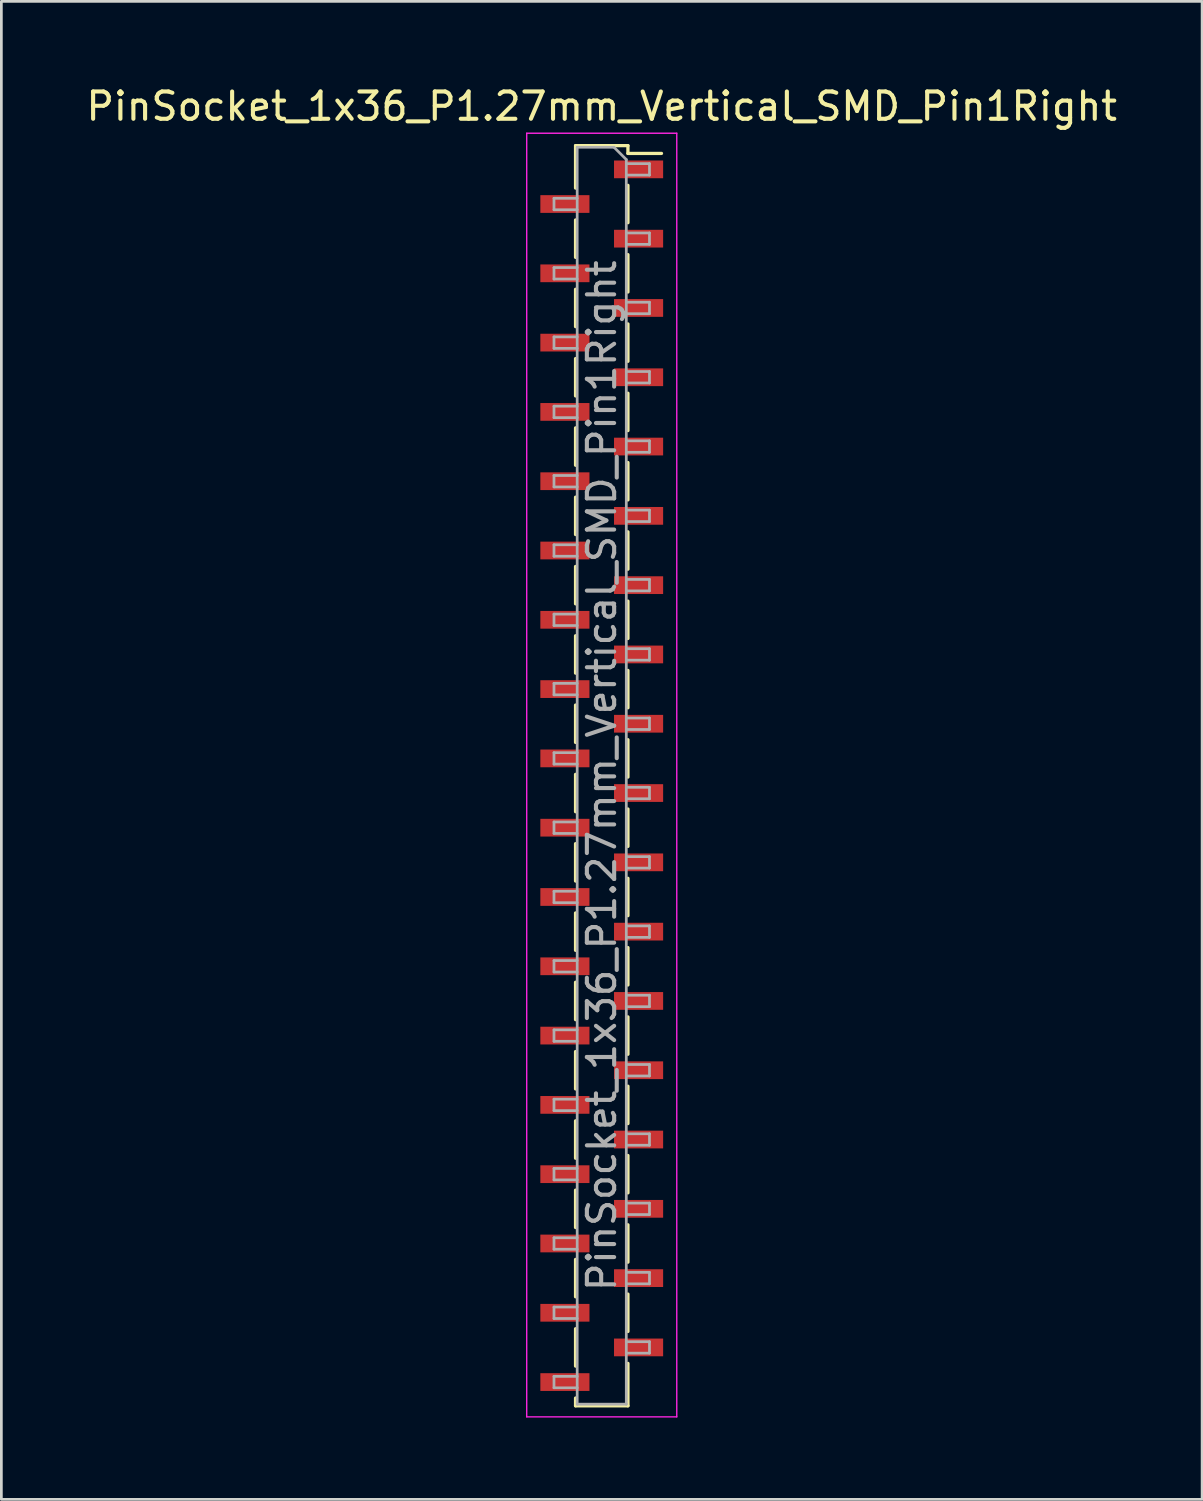
<source format=kicad_pcb>
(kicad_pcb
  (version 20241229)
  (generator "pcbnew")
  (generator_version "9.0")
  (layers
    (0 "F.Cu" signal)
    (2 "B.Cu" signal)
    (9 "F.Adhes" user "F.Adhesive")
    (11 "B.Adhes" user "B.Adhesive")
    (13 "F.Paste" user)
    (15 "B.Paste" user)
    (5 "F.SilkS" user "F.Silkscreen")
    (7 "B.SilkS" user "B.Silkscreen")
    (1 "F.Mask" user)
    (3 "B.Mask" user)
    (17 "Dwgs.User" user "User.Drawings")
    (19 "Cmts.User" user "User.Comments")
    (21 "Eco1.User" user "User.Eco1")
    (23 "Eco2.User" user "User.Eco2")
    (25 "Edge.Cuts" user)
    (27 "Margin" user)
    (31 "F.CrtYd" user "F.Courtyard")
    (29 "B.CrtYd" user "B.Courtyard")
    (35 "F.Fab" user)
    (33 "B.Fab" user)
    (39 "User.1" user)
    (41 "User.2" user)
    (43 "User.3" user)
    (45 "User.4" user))
  (footprint "PinSocket_1x36_P1.27mm_Vertical_SMD_Pin1Right"
    (layer "F.Cu")
    (at 19.006 25.383)
    (property "Reference" "PinSocket_1x36_P1.27mm_Vertical_SMD_Pin1Right" (at 0 -24.535 0) (layer "F.SilkS") (effects (font (size 1 1) (thickness 0.15))))
    (attr smd)
    (fp_line (start -0.96 -23.095) (end -0.96 -21.54) (stroke (width 0.12) (type solid)) (layer "F.SilkS"))
    (fp_line (start -0.96 -23.095) (end 0.96 -23.095) (stroke (width 0.12) (type solid)) (layer "F.SilkS"))
    (fp_line (start -0.96 -20.37) (end -0.96 -19) (stroke (width 0.12) (type solid)) (layer "F.SilkS"))
    (fp_line (start -0.96 -17.83) (end -0.96 -16.46) (stroke (width 0.12) (type solid)) (layer "F.SilkS"))
    (fp_line (start -0.96 -15.29) (end -0.96 -13.92) (stroke (width 0.12) (type solid)) (layer "F.SilkS"))
    (fp_line (start -0.96 -12.75) (end -0.96 -11.38) (stroke (width 0.12) (type solid)) (layer "F.SilkS"))
    (fp_line (start -0.96 -10.21) (end -0.96 -8.84) (stroke (width 0.12) (type solid)) (layer "F.SilkS"))
    (fp_line (start -0.96 -7.67) (end -0.96 -6.3) (stroke (width 0.12) (type solid)) (layer "F.SilkS"))
    (fp_line (start -0.96 -5.13) (end -0.96 -3.76) (stroke (width 0.12) (type solid)) (layer "F.SilkS"))
    (fp_line (start -0.96 -2.59) (end -0.96 -1.22) (stroke (width 0.12) (type solid)) (layer "F.SilkS"))
    (fp_line (start -0.96 -0.05) (end -0.96 1.32) (stroke (width 0.12) (type solid)) (layer "F.SilkS"))
    (fp_line (start -0.96 2.49) (end -0.96 3.86) (stroke (width 0.12) (type solid)) (layer "F.SilkS"))
    (fp_line (start -0.96 5.03) (end -0.96 6.4) (stroke (width 0.12) (type solid)) (layer "F.SilkS"))
    (fp_line (start -0.96 7.57) (end -0.96 8.94) (stroke (width 0.12) (type solid)) (layer "F.SilkS"))
    (fp_line (start -0.96 10.11) (end -0.96 11.48) (stroke (width 0.12) (type solid)) (layer "F.SilkS"))
    (fp_line (start -0.96 12.65) (end -0.96 14.02) (stroke (width 0.12) (type solid)) (layer "F.SilkS"))
    (fp_line (start -0.96 15.19) (end -0.96 16.56) (stroke (width 0.12) (type solid)) (layer "F.SilkS"))
    (fp_line (start -0.96 17.73) (end -0.96 19.1) (stroke (width 0.12) (type solid)) (layer "F.SilkS"))
    (fp_line (start -0.96 20.27) (end -0.96 21.64) (stroke (width 0.12) (type solid)) (layer "F.SilkS"))
    (fp_line (start -0.96 22.81) (end -0.96 23.095) (stroke (width 0.12) (type solid)) (layer "F.SilkS"))
    (fp_line (start -0.96 23.095) (end 0.96 23.095) (stroke (width 0.12) (type solid)) (layer "F.SilkS"))
    (fp_line (start 0.96 -23.095) (end 0.96 -22.81) (stroke (width 0.12) (type solid)) (layer "F.SilkS"))
    (fp_line (start 0.96 -22.81) (end 2.19 -22.81) (stroke (width 0.12) (type solid)) (layer "F.SilkS"))
    (fp_line (start 0.96 -21.64) (end 0.96 -20.27) (stroke (width 0.12) (type solid)) (layer "F.SilkS"))
    (fp_line (start 0.96 -19.1) (end 0.96 -17.73) (stroke (width 0.12) (type solid)) (layer "F.SilkS"))
    (fp_line (start 0.96 -16.56) (end 0.96 -15.19) (stroke (width 0.12) (type solid)) (layer "F.SilkS"))
    (fp_line (start 0.96 -14.02) (end 0.96 -12.65) (stroke (width 0.12) (type solid)) (layer "F.SilkS"))
    (fp_line (start 0.96 -11.48) (end 0.96 -10.11) (stroke (width 0.12) (type solid)) (layer "F.SilkS"))
    (fp_line (start 0.96 -8.94) (end 0.96 -7.57) (stroke (width 0.12) (type solid)) (layer "F.SilkS"))
    (fp_line (start 0.96 -6.4) (end 0.96 -5.03) (stroke (width 0.12) (type solid)) (layer "F.SilkS"))
    (fp_line (start 0.96 -3.86) (end 0.96 -2.49) (stroke (width 0.12) (type solid)) (layer "F.SilkS"))
    (fp_line (start 0.96 -1.32) (end 0.96 0.05) (stroke (width 0.12) (type solid)) (layer "F.SilkS"))
    (fp_line (start 0.96 1.22) (end 0.96 2.59) (stroke (width 0.12) (type solid)) (layer "F.SilkS"))
    (fp_line (start 0.96 3.76) (end 0.96 5.13) (stroke (width 0.12) (type solid)) (layer "F.SilkS"))
    (fp_line (start 0.96 6.3) (end 0.96 7.67) (stroke (width 0.12) (type solid)) (layer "F.SilkS"))
    (fp_line (start 0.96 8.84) (end 0.96 10.21) (stroke (width 0.12) (type solid)) (layer "F.SilkS"))
    (fp_line (start 0.96 11.38) (end 0.96 12.75) (stroke (width 0.12) (type solid)) (layer "F.SilkS"))
    (fp_line (start 0.96 13.92) (end 0.96 15.29) (stroke (width 0.12) (type solid)) (layer "F.SilkS"))
    (fp_line (start 0.96 16.46) (end 0.96 17.83) (stroke (width 0.12) (type solid)) (layer "F.SilkS"))
    (fp_line (start 0.96 19) (end 0.96 20.37) (stroke (width 0.12) (type solid)) (layer "F.SilkS"))
    (fp_line (start 0.96 21.54) (end 0.96 23.095) (stroke (width 0.12) (type solid)) (layer "F.SilkS"))
    (fp_line (start -2.75 -23.55) (end 2.75 -23.55) (stroke (width 0.05) (type solid)) (layer "F.CrtYd"))
    (fp_line (start -2.75 23.5) (end -2.75 -23.55) (stroke (width 0.05) (type solid)) (layer "F.CrtYd"))
    (fp_line (start 2.75 -23.55) (end 2.75 23.5) (stroke (width 0.05) (type solid)) (layer "F.CrtYd"))
    (fp_line (start 2.75 23.5) (end -2.75 23.5) (stroke (width 0.05) (type solid)) (layer "F.CrtYd"))
    (fp_line (start -1.75 -21.165) (end -0.9 -21.165) (stroke (width 0.1) (type solid)) (layer "F.Fab"))
    (fp_line (start -1.75 -20.745) (end -1.75 -21.165) (stroke (width 0.1) (type solid)) (layer "F.Fab"))
    (fp_line (start -1.75 -18.625) (end -0.9 -18.625) (stroke (width 0.1) (type solid)) (layer "F.Fab"))
    (fp_line (start -1.75 -18.205) (end -1.75 -18.625) (stroke (width 0.1) (type solid)) (layer "F.Fab"))
    (fp_line (start -1.75 -16.085) (end -0.9 -16.085) (stroke (width 0.1) (type solid)) (layer "F.Fab"))
    (fp_line (start -1.75 -15.665) (end -1.75 -16.085) (stroke (width 0.1) (type solid)) (layer "F.Fab"))
    (fp_line (start -1.75 -13.545) (end -0.9 -13.545) (stroke (width 0.1) (type solid)) (layer "F.Fab"))
    (fp_line (start -1.75 -13.125) (end -1.75 -13.545) (stroke (width 0.1) (type solid)) (layer "F.Fab"))
    (fp_line (start -1.75 -11.005) (end -0.9 -11.005) (stroke (width 0.1) (type solid)) (layer "F.Fab"))
    (fp_line (start -1.75 -10.585) (end -1.75 -11.005) (stroke (width 0.1) (type solid)) (layer "F.Fab"))
    (fp_line (start -1.75 -8.465) (end -0.9 -8.465) (stroke (width 0.1) (type solid)) (layer "F.Fab"))
    (fp_line (start -1.75 -8.045) (end -1.75 -8.465) (stroke (width 0.1) (type solid)) (layer "F.Fab"))
    (fp_line (start -1.75 -5.925) (end -0.9 -5.925) (stroke (width 0.1) (type solid)) (layer "F.Fab"))
    (fp_line (start -1.75 -5.505) (end -1.75 -5.925) (stroke (width 0.1) (type solid)) (layer "F.Fab"))
    (fp_line (start -1.75 -3.385) (end -0.9 -3.385) (stroke (width 0.1) (type solid)) (layer "F.Fab"))
    (fp_line (start -1.75 -2.965) (end -1.75 -3.385) (stroke (width 0.1) (type solid)) (layer "F.Fab"))
    (fp_line (start -1.75 -0.845) (end -0.9 -0.845) (stroke (width 0.1) (type solid)) (layer "F.Fab"))
    (fp_line (start -1.75 -0.425) (end -1.75 -0.845) (stroke (width 0.1) (type solid)) (layer "F.Fab"))
    (fp_line (start -1.75 1.695) (end -0.9 1.695) (stroke (width 0.1) (type solid)) (layer "F.Fab"))
    (fp_line (start -1.75 2.115) (end -1.75 1.695) (stroke (width 0.1) (type solid)) (layer "F.Fab"))
    (fp_line (start -1.75 4.235) (end -0.9 4.235) (stroke (width 0.1) (type solid)) (layer "F.Fab"))
    (fp_line (start -1.75 4.655) (end -1.75 4.235) (stroke (width 0.1) (type solid)) (layer "F.Fab"))
    (fp_line (start -1.75 6.775) (end -0.9 6.775) (stroke (width 0.1) (type solid)) (layer "F.Fab"))
    (fp_line (start -1.75 7.195) (end -1.75 6.775) (stroke (width 0.1) (type solid)) (layer "F.Fab"))
    (fp_line (start -1.75 9.315) (end -0.9 9.315) (stroke (width 0.1) (type solid)) (layer "F.Fab"))
    (fp_line (start -1.75 9.735) (end -1.75 9.315) (stroke (width 0.1) (type solid)) (layer "F.Fab"))
    (fp_line (start -1.75 11.855) (end -0.9 11.855) (stroke (width 0.1) (type solid)) (layer "F.Fab"))
    (fp_line (start -1.75 12.275) (end -1.75 11.855) (stroke (width 0.1) (type solid)) (layer "F.Fab"))
    (fp_line (start -1.75 14.395) (end -0.9 14.395) (stroke (width 0.1) (type solid)) (layer "F.Fab"))
    (fp_line (start -1.75 14.815) (end -1.75 14.395) (stroke (width 0.1) (type solid)) (layer "F.Fab"))
    (fp_line (start -1.75 16.935) (end -0.9 16.935) (stroke (width 0.1) (type solid)) (layer "F.Fab"))
    (fp_line (start -1.75 17.355) (end -1.75 16.935) (stroke (width 0.1) (type solid)) (layer "F.Fab"))
    (fp_line (start -1.75 19.475) (end -0.9 19.475) (stroke (width 0.1) (type solid)) (layer "F.Fab"))
    (fp_line (start -1.75 19.895) (end -1.75 19.475) (stroke (width 0.1) (type solid)) (layer "F.Fab"))
    (fp_line (start -1.75 22.015) (end -0.9 22.015) (stroke (width 0.1) (type solid)) (layer "F.Fab"))
    (fp_line (start -1.75 22.435) (end -1.75 22.015) (stroke (width 0.1) (type solid)) (layer "F.Fab"))
    (fp_line (start -0.9 -23.035) (end 0.45 -23.035) (stroke (width 0.1) (type solid)) (layer "F.Fab"))
    (fp_line (start -0.9 -20.745) (end -1.75 -20.745) (stroke (width 0.1) (type solid)) (layer "F.Fab"))
    (fp_line (start -0.9 -18.205) (end -1.75 -18.205) (stroke (width 0.1) (type solid)) (layer "F.Fab"))
    (fp_line (start -0.9 -15.665) (end -1.75 -15.665) (stroke (width 0.1) (type solid)) (layer "F.Fab"))
    (fp_line (start -0.9 -13.125) (end -1.75 -13.125) (stroke (width 0.1) (type solid)) (layer "F.Fab"))
    (fp_line (start -0.9 -10.585) (end -1.75 -10.585) (stroke (width 0.1) (type solid)) (layer "F.Fab"))
    (fp_line (start -0.9 -8.045) (end -1.75 -8.045) (stroke (width 0.1) (type solid)) (layer "F.Fab"))
    (fp_line (start -0.9 -5.505) (end -1.75 -5.505) (stroke (width 0.1) (type solid)) (layer "F.Fab"))
    (fp_line (start -0.9 -2.965) (end -1.75 -2.965) (stroke (width 0.1) (type solid)) (layer "F.Fab"))
    (fp_line (start -0.9 -0.425) (end -1.75 -0.425) (stroke (width 0.1) (type solid)) (layer "F.Fab"))
    (fp_line (start -0.9 2.115) (end -1.75 2.115) (stroke (width 0.1) (type solid)) (layer "F.Fab"))
    (fp_line (start -0.9 4.655) (end -1.75 4.655) (stroke (width 0.1) (type solid)) (layer "F.Fab"))
    (fp_line (start -0.9 7.195) (end -1.75 7.195) (stroke (width 0.1) (type solid)) (layer "F.Fab"))
    (fp_line (start -0.9 9.735) (end -1.75 9.735) (stroke (width 0.1) (type solid)) (layer "F.Fab"))
    (fp_line (start -0.9 12.275) (end -1.75 12.275) (stroke (width 0.1) (type solid)) (layer "F.Fab"))
    (fp_line (start -0.9 14.815) (end -1.75 14.815) (stroke (width 0.1) (type solid)) (layer "F.Fab"))
    (fp_line (start -0.9 17.355) (end -1.75 17.355) (stroke (width 0.1) (type solid)) (layer "F.Fab"))
    (fp_line (start -0.9 19.895) (end -1.75 19.895) (stroke (width 0.1) (type solid)) (layer "F.Fab"))
    (fp_line (start -0.9 22.435) (end -1.75 22.435) (stroke (width 0.1) (type solid)) (layer "F.Fab"))
    (fp_line (start -0.9 23.035) (end -0.9 -23.035) (stroke (width 0.1) (type solid)) (layer "F.Fab"))
    (fp_line (start 0.45 -23.035) (end 0.9 -22.585) (stroke (width 0.1) (type solid)) (layer "F.Fab"))
    (fp_line (start 0.9 -22.585) (end 0.9 23.035) (stroke (width 0.1) (type solid)) (layer "F.Fab"))
    (fp_line (start 0.9 -22.435) (end 1.75 -22.435) (stroke (width 0.1) (type solid)) (layer "F.Fab"))
    (fp_line (start 0.9 -19.895) (end 1.75 -19.895) (stroke (width 0.1) (type solid)) (layer "F.Fab"))
    (fp_line (start 0.9 -17.355) (end 1.75 -17.355) (stroke (width 0.1) (type solid)) (layer "F.Fab"))
    (fp_line (start 0.9 -14.815) (end 1.75 -14.815) (stroke (width 0.1) (type solid)) (layer "F.Fab"))
    (fp_line (start 0.9 -12.275) (end 1.75 -12.275) (stroke (width 0.1) (type solid)) (layer "F.Fab"))
    (fp_line (start 0.9 -9.735) (end 1.75 -9.735) (stroke (width 0.1) (type solid)) (layer "F.Fab"))
    (fp_line (start 0.9 -7.195) (end 1.75 -7.195) (stroke (width 0.1) (type solid)) (layer "F.Fab"))
    (fp_line (start 0.9 -4.655) (end 1.75 -4.655) (stroke (width 0.1) (type solid)) (layer "F.Fab"))
    (fp_line (start 0.9 -2.115) (end 1.75 -2.115) (stroke (width 0.1) (type solid)) (layer "F.Fab"))
    (fp_line (start 0.9 0.425) (end 1.75 0.425) (stroke (width 0.1) (type solid)) (layer "F.Fab"))
    (fp_line (start 0.9 2.965) (end 1.75 2.965) (stroke (width 0.1) (type solid)) (layer "F.Fab"))
    (fp_line (start 0.9 5.505) (end 1.75 5.505) (stroke (width 0.1) (type solid)) (layer "F.Fab"))
    (fp_line (start 0.9 8.045) (end 1.75 8.045) (stroke (width 0.1) (type solid)) (layer "F.Fab"))
    (fp_line (start 0.9 10.585) (end 1.75 10.585) (stroke (width 0.1) (type solid)) (layer "F.Fab"))
    (fp_line (start 0.9 13.125) (end 1.75 13.125) (stroke (width 0.1) (type solid)) (layer "F.Fab"))
    (fp_line (start 0.9 15.665) (end 1.75 15.665) (stroke (width 0.1) (type solid)) (layer "F.Fab"))
    (fp_line (start 0.9 18.205) (end 1.75 18.205) (stroke (width 0.1) (type solid)) (layer "F.Fab"))
    (fp_line (start 0.9 20.745) (end 1.75 20.745) (stroke (width 0.1) (type solid)) (layer "F.Fab"))
    (fp_line (start 0.9 23.035) (end -0.9 23.035) (stroke (width 0.1) (type solid)) (layer "F.Fab"))
    (fp_line (start 1.75 -22.435) (end 1.75 -22.015) (stroke (width 0.1) (type solid)) (layer "F.Fab"))
    (fp_line (start 1.75 -22.015) (end 0.9 -22.015) (stroke (width 0.1) (type solid)) (layer "F.Fab"))
    (fp_line (start 1.75 -19.895) (end 1.75 -19.475) (stroke (width 0.1) (type solid)) (layer "F.Fab"))
    (fp_line (start 1.75 -19.475) (end 0.9 -19.475) (stroke (width 0.1) (type solid)) (layer "F.Fab"))
    (fp_line (start 1.75 -17.355) (end 1.75 -16.935) (stroke (width 0.1) (type solid)) (layer "F.Fab"))
    (fp_line (start 1.75 -16.935) (end 0.9 -16.935) (stroke (width 0.1) (type solid)) (layer "F.Fab"))
    (fp_line (start 1.75 -14.815) (end 1.75 -14.395) (stroke (width 0.1) (type solid)) (layer "F.Fab"))
    (fp_line (start 1.75 -14.395) (end 0.9 -14.395) (stroke (width 0.1) (type solid)) (layer "F.Fab"))
    (fp_line (start 1.75 -12.275) (end 1.75 -11.855) (stroke (width 0.1) (type solid)) (layer "F.Fab"))
    (fp_line (start 1.75 -11.855) (end 0.9 -11.855) (stroke (width 0.1) (type solid)) (layer "F.Fab"))
    (fp_line (start 1.75 -9.735) (end 1.75 -9.315) (stroke (width 0.1) (type solid)) (layer "F.Fab"))
    (fp_line (start 1.75 -9.315) (end 0.9 -9.315) (stroke (width 0.1) (type solid)) (layer "F.Fab"))
    (fp_line (start 1.75 -7.195) (end 1.75 -6.775) (stroke (width 0.1) (type solid)) (layer "F.Fab"))
    (fp_line (start 1.75 -6.775) (end 0.9 -6.775) (stroke (width 0.1) (type solid)) (layer "F.Fab"))
    (fp_line (start 1.75 -4.655) (end 1.75 -4.235) (stroke (width 0.1) (type solid)) (layer "F.Fab"))
    (fp_line (start 1.75 -4.235) (end 0.9 -4.235) (stroke (width 0.1) (type solid)) (layer "F.Fab"))
    (fp_line (start 1.75 -2.115) (end 1.75 -1.695) (stroke (width 0.1) (type solid)) (layer "F.Fab"))
    (fp_line (start 1.75 -1.695) (end 0.9 -1.695) (stroke (width 0.1) (type solid)) (layer "F.Fab"))
    (fp_line (start 1.75 0.425) (end 1.75 0.845) (stroke (width 0.1) (type solid)) (layer "F.Fab"))
    (fp_line (start 1.75 0.845) (end 0.9 0.845) (stroke (width 0.1) (type solid)) (layer "F.Fab"))
    (fp_line (start 1.75 2.965) (end 1.75 3.385) (stroke (width 0.1) (type solid)) (layer "F.Fab"))
    (fp_line (start 1.75 3.385) (end 0.9 3.385) (stroke (width 0.1) (type solid)) (layer "F.Fab"))
    (fp_line (start 1.75 5.505) (end 1.75 5.925) (stroke (width 0.1) (type solid)) (layer "F.Fab"))
    (fp_line (start 1.75 5.925) (end 0.9 5.925) (stroke (width 0.1) (type solid)) (layer "F.Fab"))
    (fp_line (start 1.75 8.045) (end 1.75 8.465) (stroke (width 0.1) (type solid)) (layer "F.Fab"))
    (fp_line (start 1.75 8.465) (end 0.9 8.465) (stroke (width 0.1) (type solid)) (layer "F.Fab"))
    (fp_line (start 1.75 10.585) (end 1.75 11.005) (stroke (width 0.1) (type solid)) (layer "F.Fab"))
    (fp_line (start 1.75 11.005) (end 0.9 11.005) (stroke (width 0.1) (type solid)) (layer "F.Fab"))
    (fp_line (start 1.75 13.125) (end 1.75 13.545) (stroke (width 0.1) (type solid)) (layer "F.Fab"))
    (fp_line (start 1.75 13.545) (end 0.9 13.545) (stroke (width 0.1) (type solid)) (layer "F.Fab"))
    (fp_line (start 1.75 15.665) (end 1.75 16.085) (stroke (width 0.1) (type solid)) (layer "F.Fab"))
    (fp_line (start 1.75 16.085) (end 0.9 16.085) (stroke (width 0.1) (type solid)) (layer "F.Fab"))
    (fp_line (start 1.75 18.205) (end 1.75 18.625) (stroke (width 0.1) (type solid)) (layer "F.Fab"))
    (fp_line (start 1.75 18.625) (end 0.9 18.625) (stroke (width 0.1) (type solid)) (layer "F.Fab"))
    (fp_line (start 1.75 20.745) (end 1.75 21.165) (stroke (width 0.1) (type solid)) (layer "F.Fab"))
    (fp_line (start 1.75 21.165) (end 0.9 21.165) (stroke (width 0.1) (type solid)) (layer "F.Fab"))
    (fp_text user "${REFERENCE}" (at 0 0 90) (layer "F.Fab") (effects (font (size 1 1) (thickness 0.15))))
    (pad "1" smd rect (at 1.35 -22.225) (size 1.8 0.65) (layers "F.Cu" "F.Mask" "F.Paste"))
    (pad "2" smd rect (at -1.35 -20.955) (size 1.8 0.65) (layers "F.Cu" "F.Mask" "F.Paste"))
    (pad "3" smd rect (at 1.35 -19.685) (size 1.8 0.65) (layers "F.Cu" "F.Mask" "F.Paste"))
    (pad "4" smd rect (at -1.35 -18.415) (size 1.8 0.65) (layers "F.Cu" "F.Mask" "F.Paste"))
    (pad "5" smd rect (at 1.35 -17.145) (size 1.8 0.65) (layers "F.Cu" "F.Mask" "F.Paste"))
    (pad "6" smd rect (at -1.35 -15.875) (size 1.8 0.65) (layers "F.Cu" "F.Mask" "F.Paste"))
    (pad "7" smd rect (at 1.35 -14.605) (size 1.8 0.65) (layers "F.Cu" "F.Mask" "F.Paste"))
    (pad "8" smd rect (at -1.35 -13.335) (size 1.8 0.65) (layers "F.Cu" "F.Mask" "F.Paste"))
    (pad "9" smd rect (at 1.35 -12.065) (size 1.8 0.65) (layers "F.Cu" "F.Mask" "F.Paste"))
    (pad "10" smd rect (at -1.35 -10.795) (size 1.8 0.65) (layers "F.Cu" "F.Mask" "F.Paste"))
    (pad "11" smd rect (at 1.35 -9.525) (size 1.8 0.65) (layers "F.Cu" "F.Mask" "F.Paste"))
    (pad "12" smd rect (at -1.35 -8.255) (size 1.8 0.65) (layers "F.Cu" "F.Mask" "F.Paste"))
    (pad "13" smd rect (at 1.35 -6.985) (size 1.8 0.65) (layers "F.Cu" "F.Mask" "F.Paste"))
    (pad "14" smd rect (at -1.35 -5.715) (size 1.8 0.65) (layers "F.Cu" "F.Mask" "F.Paste"))
    (pad "15" smd rect (at 1.35 -4.445) (size 1.8 0.65) (layers "F.Cu" "F.Mask" "F.Paste"))
    (pad "16" smd rect (at -1.35 -3.175) (size 1.8 0.65) (layers "F.Cu" "F.Mask" "F.Paste"))
    (pad "17" smd rect (at 1.35 -1.905) (size 1.8 0.65) (layers "F.Cu" "F.Mask" "F.Paste"))
    (pad "18" smd rect (at -1.35 -0.635) (size 1.8 0.65) (layers "F.Cu" "F.Mask" "F.Paste"))
    (pad "19" smd rect (at 1.35 0.635) (size 1.8 0.65) (layers "F.Cu" "F.Mask" "F.Paste"))
    (pad "20" smd rect (at -1.35 1.905) (size 1.8 0.65) (layers "F.Cu" "F.Mask" "F.Paste"))
    (pad "21" smd rect (at 1.35 3.175) (size 1.8 0.65) (layers "F.Cu" "F.Mask" "F.Paste"))
    (pad "22" smd rect (at -1.35 4.445) (size 1.8 0.65) (layers "F.Cu" "F.Mask" "F.Paste"))
    (pad "23" smd rect (at 1.35 5.715) (size 1.8 0.65) (layers "F.Cu" "F.Mask" "F.Paste"))
    (pad "24" smd rect (at -1.35 6.985) (size 1.8 0.65) (layers "F.Cu" "F.Mask" "F.Paste"))
    (pad "25" smd rect (at 1.35 8.255) (size 1.8 0.65) (layers "F.Cu" "F.Mask" "F.Paste"))
    (pad "26" smd rect (at -1.35 9.525) (size 1.8 0.65) (layers "F.Cu" "F.Mask" "F.Paste"))
    (pad "27" smd rect (at 1.35 10.795) (size 1.8 0.65) (layers "F.Cu" "F.Mask" "F.Paste"))
    (pad "28" smd rect (at -1.35 12.065) (size 1.8 0.65) (layers "F.Cu" "F.Mask" "F.Paste"))
    (pad "29" smd rect (at 1.35 13.335) (size 1.8 0.65) (layers "F.Cu" "F.Mask" "F.Paste"))
    (pad "30" smd rect (at -1.35 14.605) (size 1.8 0.65) (layers "F.Cu" "F.Mask" "F.Paste"))
    (pad "31" smd rect (at 1.35 15.875) (size 1.8 0.65) (layers "F.Cu" "F.Mask" "F.Paste"))
    (pad "32" smd rect (at -1.35 17.145) (size 1.8 0.65) (layers "F.Cu" "F.Mask" "F.Paste"))
    (pad "33" smd rect (at 1.35 18.415) (size 1.8 0.65) (layers "F.Cu" "F.Mask" "F.Paste"))
    (pad "34" smd rect (at -1.35 19.685) (size 1.8 0.65) (layers "F.Cu" "F.Mask" "F.Paste"))
    (pad "35" smd rect (at 1.35 20.955) (size 1.8 0.65) (layers "F.Cu" "F.Mask" "F.Paste"))
    (pad "36" smd rect (at -1.35 22.225) (size 1.8 0.65) (layers "F.Cu" "F.Mask" "F.Paste")))
  (gr_rect
    (start -3 -3)
    (end 41.012 51.908)
    (stroke (width 0.1) (type default))
    (fill no)
    (layer "Edge.Cuts")))
</source>
